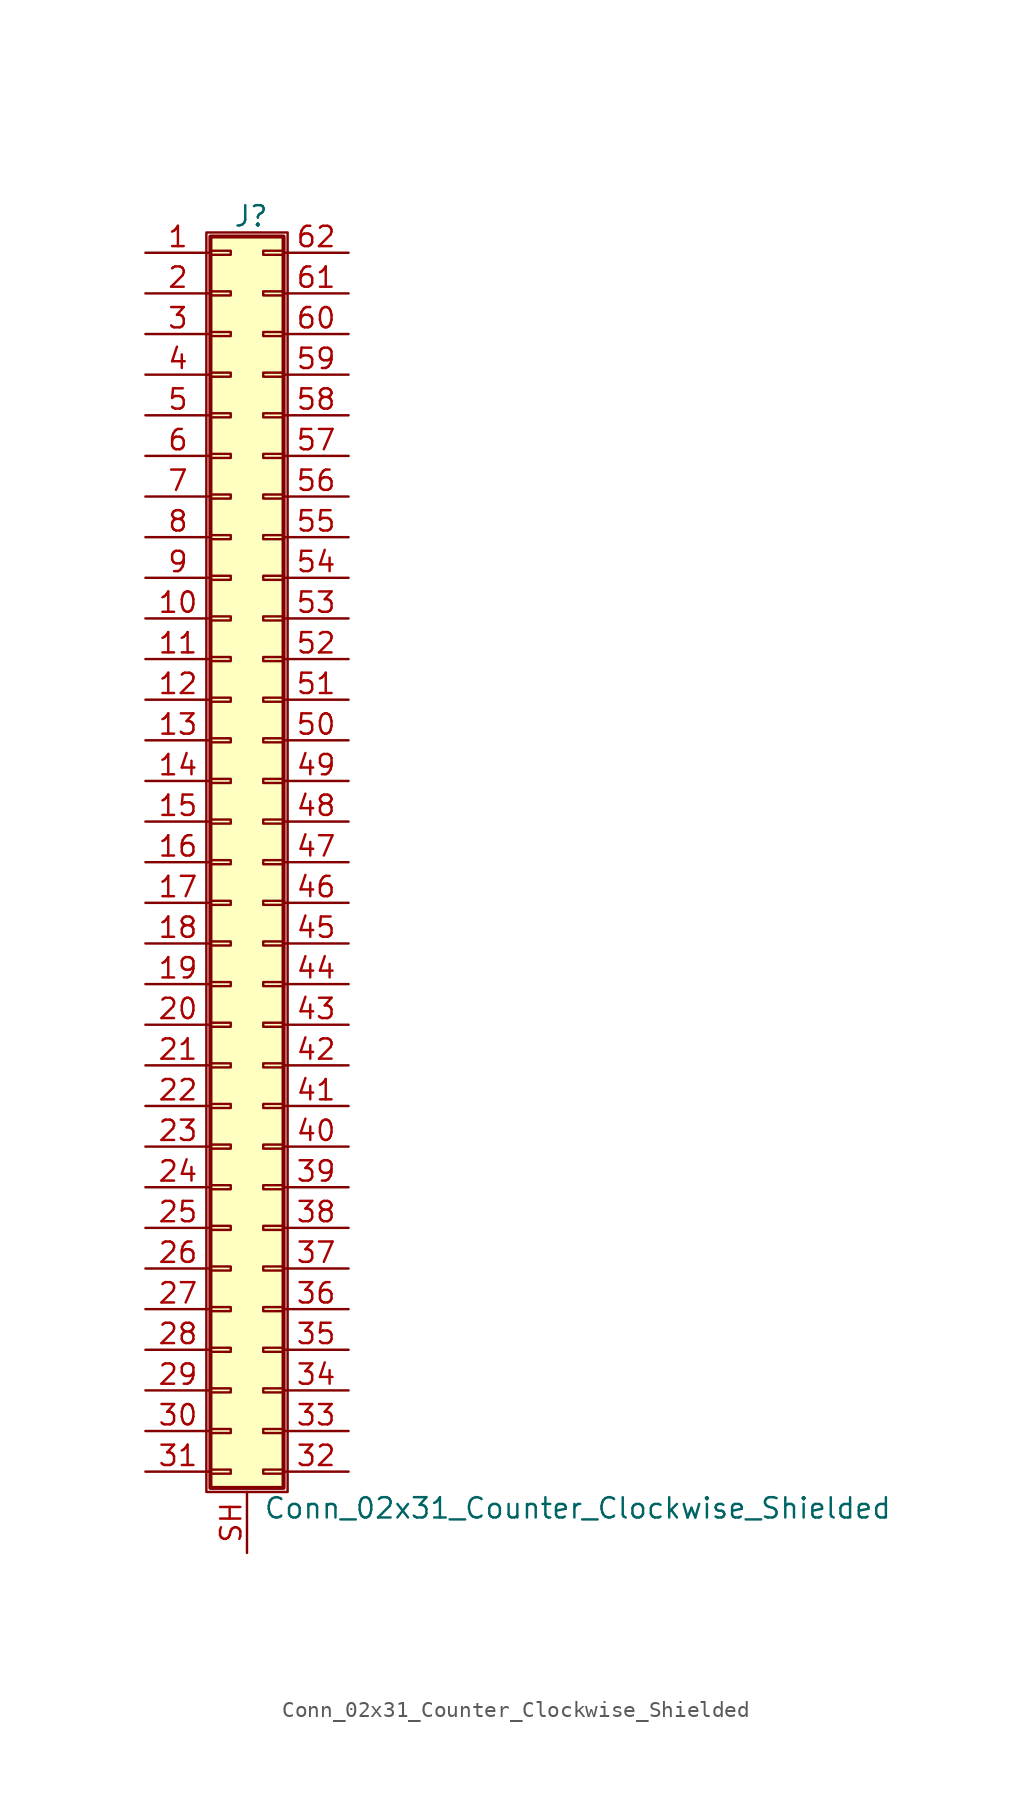
<source format=kicad_sym>
(kicad_symbol_lib
  (version 20201005)
  (generator kicad_symbol_editor)
  (symbol "Conn_02x31_Counter_Clockwise_Shielded"
    (pin_names
      (offset 1.016) hide)
    (property "Reference" "J"
      (at 1.524 40.386 0)
      (effects (font (size 1.27 1.27))))
    (property "Value" "Conn_02x31_Counter_Clockwise_Shielded"
      (at 2.286 -40.386 0)
      (effects (font (size 1.27 1.27)) (justify left)))
    (symbol "Conn_02x31_Counter_Clockwise_Shielded_1_1"
      (rectangle (start -1.27 39.37) (end 3.81 -39.37) (stroke (width 0.152)) (fill (type none)))
      (rectangle (start -1.016 -37.973) (end 0.254 -38.227) (stroke (width 0.152)) (fill (type none)))
      (rectangle (start -1.016 -35.433) (end 0.254 -35.687) (stroke (width 0.152)) (fill (type none)))
      (rectangle (start -1.016 -32.893) (end 0.254 -33.147) (stroke (width 0.152)) (fill (type none)))
      (rectangle (start -1.016 -30.353) (end 0.254 -30.607) (stroke (width 0.152)) (fill (type none)))
      (rectangle (start -1.016 -27.813) (end 0.254 -28.067) (stroke (width 0.152)) (fill (type none)))
      (rectangle (start -1.016 -25.273) (end 0.254 -25.527) (stroke (width 0.152)) (fill (type none)))
      (rectangle (start -1.016 -22.733) (end 0.254 -22.987) (stroke (width 0.152)) (fill (type none)))
      (rectangle (start -1.016 -20.193) (end 0.254 -20.447) (stroke (width 0.152)) (fill (type none)))
      (rectangle (start -1.016 -17.653) (end 0.254 -17.907) (stroke (width 0.152)) (fill (type none)))
      (rectangle (start -1.016 -15.113) (end 0.254 -15.367) (stroke (width 0.152)) (fill (type none)))
      (rectangle (start -1.016 -12.573) (end 0.254 -12.827) (stroke (width 0.152)) (fill (type none)))
      (rectangle (start -1.016 -10.033) (end 0.254 -10.287) (stroke (width 0.152)) (fill (type none)))
      (rectangle (start -1.016 -7.493) (end 0.254 -7.747) (stroke (width 0.152)) (fill (type none)))
      (rectangle (start -1.016 -4.953) (end 0.254 -5.207) (stroke (width 0.152)) (fill (type none)))
      (rectangle (start -1.016 -2.413) (end 0.254 -2.667) (stroke (width 0.152)) (fill (type none)))
      (rectangle (start -1.016 0.127) (end 0.254 -0.127) (stroke (width 0.152)) (fill (type none)))
      (rectangle (start -1.016 2.667) (end 0.254 2.413) (stroke (width 0.152)) (fill (type none)))
      (rectangle (start -1.016 5.207) (end 0.254 4.953) (stroke (width 0.152)) (fill (type none)))
      (rectangle (start -1.016 7.747) (end 0.254 7.493) (stroke (width 0.152)) (fill (type none)))
      (rectangle (start -1.016 10.287) (end 0.254 10.033) (stroke (width 0.152)) (fill (type none)))
      (rectangle (start -1.016 12.827) (end 0.254 12.573) (stroke (width 0.152)) (fill (type none)))
      (rectangle (start -1.016 15.367) (end 0.254 15.113) (stroke (width 0.152)) (fill (type none)))
      (rectangle (start -1.016 17.907) (end 0.254 17.653) (stroke (width 0.152)) (fill (type none)))
      (rectangle (start -1.016 20.447) (end 0.254 20.193) (stroke (width 0.152)) (fill (type none)))
      (rectangle (start -1.016 22.987) (end 0.254 22.733) (stroke (width 0.152)) (fill (type none)))
      (rectangle (start -1.016 25.527) (end 0.254 25.273) (stroke (width 0.152)) (fill (type none)))
      (rectangle (start -1.016 28.067) (end 0.254 27.813) (stroke (width 0.152)) (fill (type none)))
      (rectangle (start -1.016 30.607) (end 0.254 30.353) (stroke (width 0.152)) (fill (type none)))
      (rectangle (start -1.016 33.147) (end 0.254 32.893) (stroke (width 0.152)) (fill (type none)))
      (rectangle (start -1.016 35.687) (end 0.254 35.433) (stroke (width 0.152)) (fill (type none)))
      (rectangle (start -1.016 38.227) (end 0.254 37.973) (stroke (width 0.152)) (fill (type none)))
      (rectangle (start 3.556 -37.973) (end 2.286 -38.227) (stroke (width 0.152)) (fill (type none)))
      (rectangle (start 3.556 -35.433) (end 2.286 -35.687) (stroke (width 0.152)) (fill (type none)))
      (rectangle (start 3.556 -32.893) (end 2.286 -33.147) (stroke (width 0.152)) (fill (type none)))
      (rectangle (start 3.556 -30.353) (end 2.286 -30.607) (stroke (width 0.152)) (fill (type none)))
      (rectangle (start 3.556 -27.813) (end 2.286 -28.067) (stroke (width 0.152)) (fill (type none)))
      (rectangle (start 3.556 -25.273) (end 2.286 -25.527) (stroke (width 0.152)) (fill (type none)))
      (rectangle (start 3.556 -22.733) (end 2.286 -22.987) (stroke (width 0.152)) (fill (type none)))
      (rectangle (start 3.556 -20.193) (end 2.286 -20.447) (stroke (width 0.152)) (fill (type none)))
      (rectangle (start 3.556 -17.653) (end 2.286 -17.907) (stroke (width 0.152)) (fill (type none)))
      (rectangle (start 3.556 -15.113) (end 2.286 -15.367) (stroke (width 0.152)) (fill (type none)))
      (rectangle (start 3.556 -12.573) (end 2.286 -12.827) (stroke (width 0.152)) (fill (type none)))
      (rectangle (start 3.556 -10.033) (end 2.286 -10.287) (stroke (width 0.152)) (fill (type none)))
      (rectangle (start 3.556 -7.493) (end 2.286 -7.747) (stroke (width 0.152)) (fill (type none)))
      (rectangle (start 3.556 -4.953) (end 2.286 -5.207) (stroke (width 0.152)) (fill (type none)))
      (rectangle (start 3.556 -2.413) (end 2.286 -2.667) (stroke (width 0.152)) (fill (type none)))
      (rectangle (start 3.556 0.127) (end 2.286 -0.127) (stroke (width 0.152)) (fill (type none)))
      (rectangle (start 3.556 2.667) (end 2.286 2.413) (stroke (width 0.152)) (fill (type none)))
      (rectangle (start 3.556 5.207) (end 2.286 4.953) (stroke (width 0.152)) (fill (type none)))
      (rectangle (start 3.556 7.747) (end 2.286 7.493) (stroke (width 0.152)) (fill (type none)))
      (rectangle (start 3.556 10.287) (end 2.286 10.033) (stroke (width 0.152)) (fill (type none)))
      (rectangle (start 3.556 12.827) (end 2.286 12.573) (stroke (width 0.152)) (fill (type none)))
      (rectangle (start 3.556 15.367) (end 2.286 15.113) (stroke (width 0.152)) (fill (type none)))
      (rectangle (start 3.556 17.907) (end 2.286 17.653) (stroke (width 0.152)) (fill (type none)))
      (rectangle (start 3.556 20.447) (end 2.286 20.193) (stroke (width 0.152)) (fill (type none)))
      (rectangle (start 3.556 22.987) (end 2.286 22.733) (stroke (width 0.152)) (fill (type none)))
      (rectangle (start 3.556 25.527) (end 2.286 25.273) (stroke (width 0.152)) (fill (type none)))
      (rectangle (start 3.556 28.067) (end 2.286 27.813) (stroke (width 0.152)) (fill (type none)))
      (rectangle (start 3.556 30.607) (end 2.286 30.353) (stroke (width 0.152)) (fill (type none)))
      (rectangle (start 3.556 33.147) (end 2.286 32.893) (stroke (width 0.152)) (fill (type none)))
      (rectangle (start 3.556 35.687) (end 2.286 35.433) (stroke (width 0.152)) (fill (type none)))
      (rectangle (start 3.556 38.227) (end 2.286 37.973) (stroke (width 0.152)) (fill (type none)))
      (rectangle (start -1.016 39.116) (end 3.556 -39.116) (stroke (width 0.254)) (fill (type background)))
      (pin passive line (at -5.08 38.1 0) (length 4.064) (name "Pin_1" (effects (font (size 1.27 1.27)))) (number "1" (effects (font (size 1.27 1.27)))))
      (pin passive line (at -5.08 15.24 0) (length 4.064) (name "Pin_10" (effects (font (size 1.27 1.27)))) (number "10" (effects (font (size 1.27 1.27)))))
      (pin passive line (at -5.08 12.7 0) (length 4.064) (name "Pin_11" (effects (font (size 1.27 1.27)))) (number "11" (effects (font (size 1.27 1.27)))))
      (pin passive line (at -5.08 10.16 0) (length 4.064) (name "Pin_12" (effects (font (size 1.27 1.27)))) (number "12" (effects (font (size 1.27 1.27)))))
      (pin passive line (at -5.08 7.62 0) (length 4.064) (name "Pin_13" (effects (font (size 1.27 1.27)))) (number "13" (effects (font (size 1.27 1.27)))))
      (pin passive line (at -5.08 5.08 0) (length 4.064) (name "Pin_14" (effects (font (size 1.27 1.27)))) (number "14" (effects (font (size 1.27 1.27)))))
      (pin passive line (at -5.08 2.54 0) (length 4.064) (name "Pin_15" (effects (font (size 1.27 1.27)))) (number "15" (effects (font (size 1.27 1.27)))))
      (pin passive line (at -5.08 0 0) (length 4.064) (name "Pin_16" (effects (font (size 1.27 1.27)))) (number "16" (effects (font (size 1.27 1.27)))))
      (pin passive line (at -5.08 -2.54 0) (length 4.064) (name "Pin_17" (effects (font (size 1.27 1.27)))) (number "17" (effects (font (size 1.27 1.27)))))
      (pin passive line (at -5.08 -5.08 0) (length 4.064) (name "Pin_18" (effects (font (size 1.27 1.27)))) (number "18" (effects (font (size 1.27 1.27)))))
      (pin passive line (at -5.08 -7.62 0) (length 4.064) (name "Pin_19" (effects (font (size 1.27 1.27)))) (number "19" (effects (font (size 1.27 1.27)))))
      (pin passive line (at -5.08 35.56 0) (length 4.064) (name "Pin_2" (effects (font (size 1.27 1.27)))) (number "2" (effects (font (size 1.27 1.27)))))
      (pin passive line (at -5.08 -10.16 0) (length 4.064) (name "Pin_20" (effects (font (size 1.27 1.27)))) (number "20" (effects (font (size 1.27 1.27)))))
      (pin passive line (at -5.08 -12.7 0) (length 4.064) (name "Pin_21" (effects (font (size 1.27 1.27)))) (number "21" (effects (font (size 1.27 1.27)))))
      (pin passive line (at -5.08 -15.24 0) (length 4.064) (name "Pin_22" (effects (font (size 1.27 1.27)))) (number "22" (effects (font (size 1.27 1.27)))))
      (pin passive line (at -5.08 -17.78 0) (length 4.064) (name "Pin_23" (effects (font (size 1.27 1.27)))) (number "23" (effects (font (size 1.27 1.27)))))
      (pin passive line (at -5.08 -20.32 0) (length 4.064) (name "Pin_24" (effects (font (size 1.27 1.27)))) (number "24" (effects (font (size 1.27 1.27)))))
      (pin passive line (at -5.08 -22.86 0) (length 4.064) (name "Pin_25" (effects (font (size 1.27 1.27)))) (number "25" (effects (font (size 1.27 1.27)))))
      (pin passive line (at -5.08 -25.4 0) (length 4.064) (name "Pin_26" (effects (font (size 1.27 1.27)))) (number "26" (effects (font (size 1.27 1.27)))))
      (pin passive line (at -5.08 -27.94 0) (length 4.064) (name "Pin_27" (effects (font (size 1.27 1.27)))) (number "27" (effects (font (size 1.27 1.27)))))
      (pin passive line (at -5.08 -30.48 0) (length 4.064) (name "Pin_28" (effects (font (size 1.27 1.27)))) (number "28" (effects (font (size 1.27 1.27)))))
      (pin passive line (at -5.08 -33.02 0) (length 4.064) (name "Pin_29" (effects (font (size 1.27 1.27)))) (number "29" (effects (font (size 1.27 1.27)))))
      (pin passive line (at -5.08 33.02 0) (length 4.064) (name "Pin_3" (effects (font (size 1.27 1.27)))) (number "3" (effects (font (size 1.27 1.27)))))
      (pin passive line (at -5.08 -35.56 0) (length 4.064) (name "Pin_30" (effects (font (size 1.27 1.27)))) (number "30" (effects (font (size 1.27 1.27)))))
      (pin passive line (at -5.08 -38.1 0) (length 4.064) (name "Pin_31" (effects (font (size 1.27 1.27)))) (number "31" (effects (font (size 1.27 1.27)))))
      (pin passive line (at 7.62 -38.1 180) (length 4.064) (name "Pin_32" (effects (font (size 1.27 1.27)))) (number "32" (effects (font (size 1.27 1.27)))))
      (pin passive line (at 7.62 -35.56 180) (length 4.064) (name "Pin_33" (effects (font (size 1.27 1.27)))) (number "33" (effects (font (size 1.27 1.27)))))
      (pin passive line (at 7.62 -33.02 180) (length 4.064) (name "Pin_34" (effects (font (size 1.27 1.27)))) (number "34" (effects (font (size 1.27 1.27)))))
      (pin passive line (at 7.62 -30.48 180) (length 4.064) (name "Pin_35" (effects (font (size 1.27 1.27)))) (number "35" (effects (font (size 1.27 1.27)))))
      (pin passive line (at 7.62 -27.94 180) (length 4.064) (name "Pin_36" (effects (font (size 1.27 1.27)))) (number "36" (effects (font (size 1.27 1.27)))))
      (pin passive line (at 7.62 -25.4 180) (length 4.064) (name "Pin_37" (effects (font (size 1.27 1.27)))) (number "37" (effects (font (size 1.27 1.27)))))
      (pin passive line (at 7.62 -22.86 180) (length 4.064) (name "Pin_38" (effects (font (size 1.27 1.27)))) (number "38" (effects (font (size 1.27 1.27)))))
      (pin passive line (at 7.62 -20.32 180) (length 4.064) (name "Pin_39" (effects (font (size 1.27 1.27)))) (number "39" (effects (font (size 1.27 1.27)))))
      (pin passive line (at -5.08 30.48 0) (length 4.064) (name "Pin_4" (effects (font (size 1.27 1.27)))) (number "4" (effects (font (size 1.27 1.27)))))
      (pin passive line (at 7.62 -17.78 180) (length 4.064) (name "Pin_40" (effects (font (size 1.27 1.27)))) (number "40" (effects (font (size 1.27 1.27)))))
      (pin passive line (at 7.62 -15.24 180) (length 4.064) (name "Pin_41" (effects (font (size 1.27 1.27)))) (number "41" (effects (font (size 1.27 1.27)))))
      (pin passive line (at 7.62 -12.7 180) (length 4.064) (name "Pin_42" (effects (font (size 1.27 1.27)))) (number "42" (effects (font (size 1.27 1.27)))))
      (pin passive line (at 7.62 -10.16 180) (length 4.064) (name "Pin_43" (effects (font (size 1.27 1.27)))) (number "43" (effects (font (size 1.27 1.27)))))
      (pin passive line (at 7.62 -7.62 180) (length 4.064) (name "Pin_44" (effects (font (size 1.27 1.27)))) (number "44" (effects (font (size 1.27 1.27)))))
      (pin passive line (at 7.62 -5.08 180) (length 4.064) (name "Pin_45" (effects (font (size 1.27 1.27)))) (number "45" (effects (font (size 1.27 1.27)))))
      (pin passive line (at 7.62 -2.54 180) (length 4.064) (name "Pin_46" (effects (font (size 1.27 1.27)))) (number "46" (effects (font (size 1.27 1.27)))))
      (pin passive line (at 7.62 0 180) (length 4.064) (name "Pin_47" (effects (font (size 1.27 1.27)))) (number "47" (effects (font (size 1.27 1.27)))))
      (pin passive line (at 7.62 2.54 180) (length 4.064) (name "Pin_48" (effects (font (size 1.27 1.27)))) (number "48" (effects (font (size 1.27 1.27)))))
      (pin passive line (at 7.62 5.08 180) (length 4.064) (name "Pin_49" (effects (font (size 1.27 1.27)))) (number "49" (effects (font (size 1.27 1.27)))))
      (pin passive line (at -5.08 27.94 0) (length 4.064) (name "Pin_5" (effects (font (size 1.27 1.27)))) (number "5" (effects (font (size 1.27 1.27)))))
      (pin passive line (at 7.62 7.62 180) (length 4.064) (name "Pin_50" (effects (font (size 1.27 1.27)))) (number "50" (effects (font (size 1.27 1.27)))))
      (pin passive line (at 7.62 10.16 180) (length 4.064) (name "Pin_51" (effects (font (size 1.27 1.27)))) (number "51" (effects (font (size 1.27 1.27)))))
      (pin passive line (at 7.62 12.7 180) (length 4.064) (name "Pin_52" (effects (font (size 1.27 1.27)))) (number "52" (effects (font (size 1.27 1.27)))))
      (pin passive line (at 7.62 15.24 180) (length 4.064) (name "Pin_53" (effects (font (size 1.27 1.27)))) (number "53" (effects (font (size 1.27 1.27)))))
      (pin passive line (at 7.62 17.78 180) (length 4.064) (name "Pin_54" (effects (font (size 1.27 1.27)))) (number "54" (effects (font (size 1.27 1.27)))))
      (pin passive line (at 7.62 20.32 180) (length 4.064) (name "Pin_55" (effects (font (size 1.27 1.27)))) (number "55" (effects (font (size 1.27 1.27)))))
      (pin passive line (at 7.62 22.86 180) (length 4.064) (name "Pin_56" (effects (font (size 1.27 1.27)))) (number "56" (effects (font (size 1.27 1.27)))))
      (pin passive line (at 7.62 25.4 180) (length 4.064) (name "Pin_57" (effects (font (size 1.27 1.27)))) (number "57" (effects (font (size 1.27 1.27)))))
      (pin passive line (at 7.62 27.94 180) (length 4.064) (name "Pin_58" (effects (font (size 1.27 1.27)))) (number "58" (effects (font (size 1.27 1.27)))))
      (pin passive line (at 7.62 30.48 180) (length 4.064) (name "Pin_59" (effects (font (size 1.27 1.27)))) (number "59" (effects (font (size 1.27 1.27)))))
      (pin passive line (at -5.08 25.4 0) (length 4.064) (name "Pin_6" (effects (font (size 1.27 1.27)))) (number "6" (effects (font (size 1.27 1.27)))))
      (pin passive line (at 7.62 33.02 180) (length 4.064) (name "Pin_60" (effects (font (size 1.27 1.27)))) (number "60" (effects (font (size 1.27 1.27)))))
      (pin passive line (at 7.62 35.56 180) (length 4.064) (name "Pin_61" (effects (font (size 1.27 1.27)))) (number "61" (effects (font (size 1.27 1.27)))))
      (pin passive line (at 7.62 38.1 180) (length 4.064) (name "Pin_62" (effects (font (size 1.27 1.27)))) (number "62" (effects (font (size 1.27 1.27)))))
      (pin passive line (at -5.08 22.86 0) (length 4.064) (name "Pin_7" (effects (font (size 1.27 1.27)))) (number "7" (effects (font (size 1.27 1.27)))))
      (pin passive line (at -5.08 20.32 0) (length 4.064) (name "Pin_8" (effects (font (size 1.27 1.27)))) (number "8" (effects (font (size 1.27 1.27)))))
      (pin passive line (at -5.08 17.78 0) (length 4.064) (name "Pin_9" (effects (font (size 1.27 1.27)))) (number "9" (effects (font (size 1.27 1.27)))))
      (pin passive line (at 1.27 -43.18 90) (length 3.81) (name "Shield" (effects (font (size 1.27 1.27)))) (number "SH" (effects (font (size 1.27 1.27))))))))
</source>
